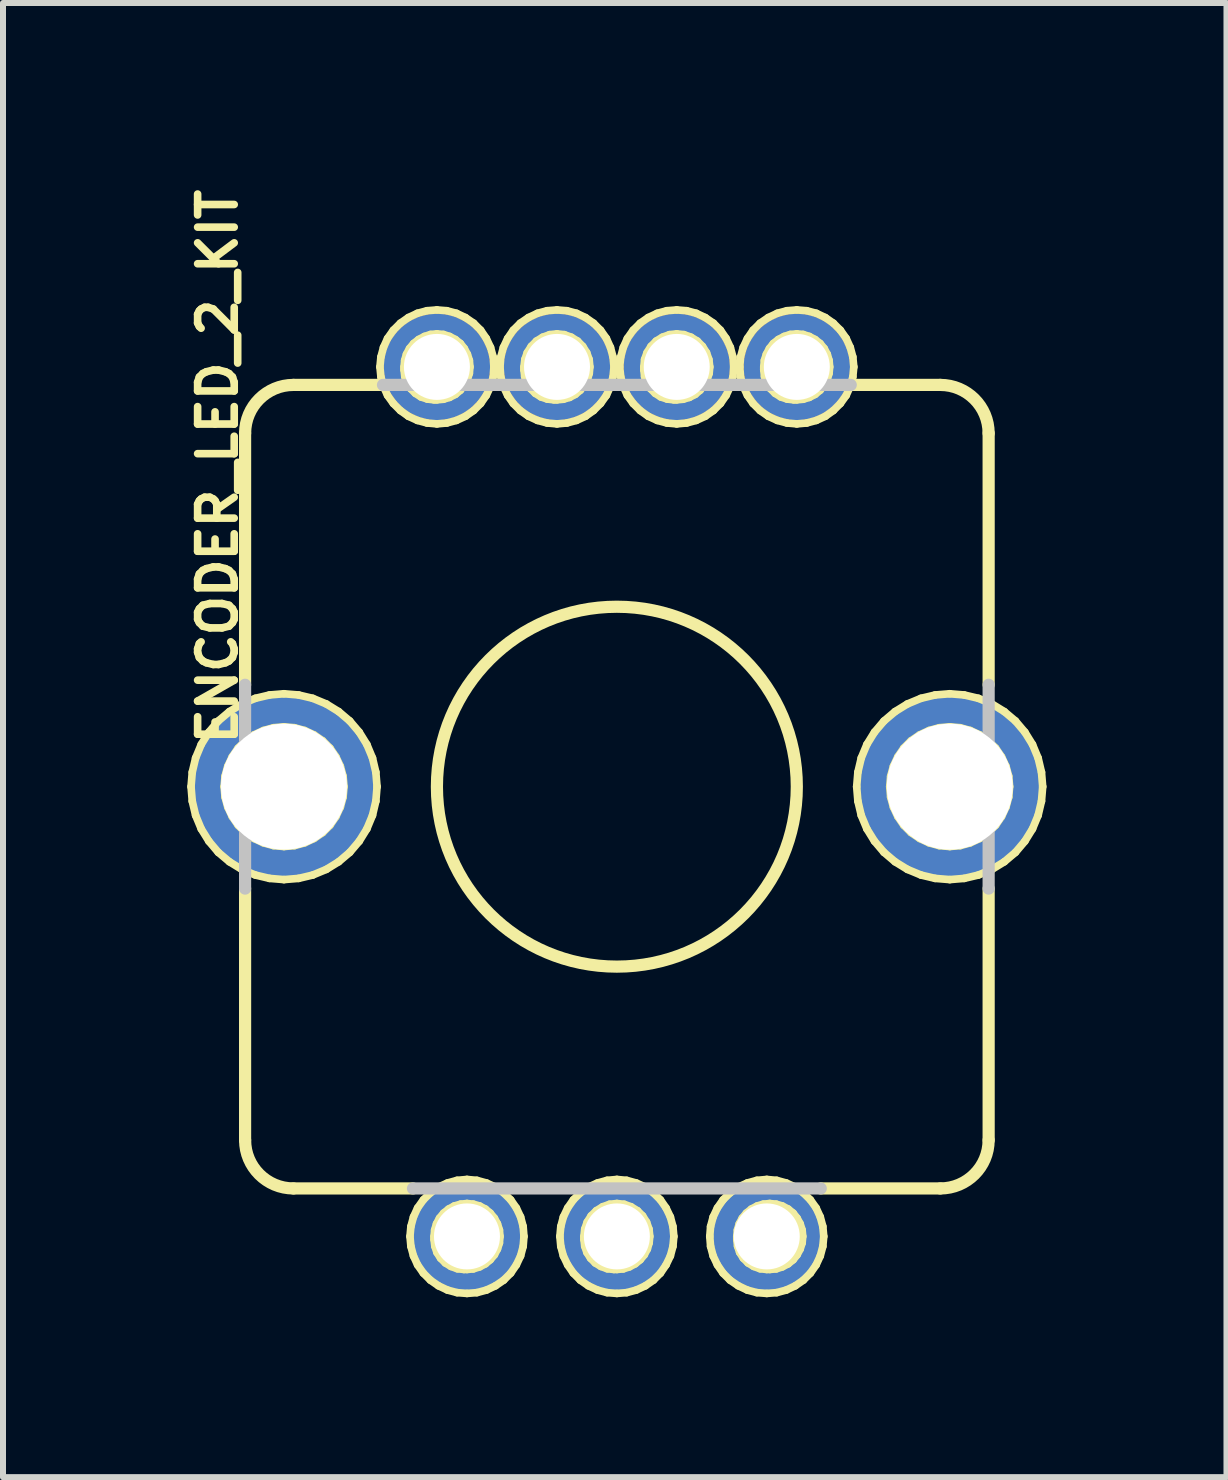
<source format=kicad_pcb>
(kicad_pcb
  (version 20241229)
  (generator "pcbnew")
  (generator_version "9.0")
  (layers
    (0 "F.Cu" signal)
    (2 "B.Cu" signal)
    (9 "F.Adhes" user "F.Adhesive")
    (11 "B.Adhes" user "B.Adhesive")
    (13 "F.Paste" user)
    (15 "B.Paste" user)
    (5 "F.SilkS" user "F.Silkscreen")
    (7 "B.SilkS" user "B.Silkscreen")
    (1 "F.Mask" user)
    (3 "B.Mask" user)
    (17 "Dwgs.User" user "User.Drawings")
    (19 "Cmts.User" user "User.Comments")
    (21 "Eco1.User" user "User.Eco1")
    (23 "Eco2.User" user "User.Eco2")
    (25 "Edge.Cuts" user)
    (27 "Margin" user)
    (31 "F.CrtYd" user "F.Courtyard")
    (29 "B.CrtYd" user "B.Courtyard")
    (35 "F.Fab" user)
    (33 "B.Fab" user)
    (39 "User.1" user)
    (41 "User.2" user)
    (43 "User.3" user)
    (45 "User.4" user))
  (footprint "ENCODER_LED_2_KIT"
    (layer "F.Cu")
    (at 7.234 10.065)
    (property "Reference" "ENCODER_LED_2_KIT" (at -6.655 -5.334 90) (layer "F.SilkS") (effects (font (size 0.61 0.61) (thickness 0.127))))
    (attr exclude_from_pos_files exclude_from_bom)
    (fp_line (start -7.099 0) (end -7.079 -0.241) (stroke (width 0.127) (type solid)) (layer "F.SilkS"))
    (fp_line (start -7.079 -0.241) (end -7.023 -0.478) (stroke (width 0.127) (type solid)) (layer "F.SilkS"))
    (fp_line (start -7.079 0.241) (end -7.099 0) (stroke (width 0.127) (type solid)) (layer "F.SilkS"))
    (fp_line (start -7.023 -0.478) (end -6.929 -0.704) (stroke (width 0.127) (type solid)) (layer "F.SilkS"))
    (fp_line (start -7.023 0.478) (end -7.079 0.241) (stroke (width 0.127) (type solid)) (layer "F.SilkS"))
    (fp_line (start -6.929 -0.704) (end -6.802 -0.909) (stroke (width 0.127) (type solid)) (layer "F.SilkS"))
    (fp_line (start -6.929 0.704) (end -7.023 0.478) (stroke (width 0.127) (type solid)) (layer "F.SilkS"))
    (fp_line (start -6.802 -0.909) (end -6.645 -1.095) (stroke (width 0.127) (type solid)) (layer "F.SilkS"))
    (fp_line (start -6.802 0.909) (end -6.929 0.704) (stroke (width 0.127) (type solid)) (layer "F.SilkS"))
    (fp_line (start -6.645 -1.095) (end -6.459 -1.252) (stroke (width 0.127) (type solid)) (layer "F.SilkS"))
    (fp_line (start -6.645 1.095) (end -6.802 0.909) (stroke (width 0.127) (type solid)) (layer "F.SilkS"))
    (fp_line (start -6.548 0) (end -6.533 0.173) (stroke (width 0.127) (type solid)) (layer "F.SilkS"))
    (fp_line (start -6.533 -0.173) (end -6.548 0) (stroke (width 0.127) (type solid)) (layer "F.SilkS"))
    (fp_line (start -6.533 0.173) (end -6.487 0.34) (stroke (width 0.127) (type solid)) (layer "F.SilkS"))
    (fp_line (start -6.487 -0.34) (end -6.533 -0.173) (stroke (width 0.127) (type solid)) (layer "F.SilkS"))
    (fp_line (start -6.487 0.34) (end -6.413 0.498) (stroke (width 0.127) (type solid)) (layer "F.SilkS"))
    (fp_line (start -6.459 -1.252) (end -6.253 -1.379) (stroke (width 0.127) (type solid)) (layer "F.SilkS"))
    (fp_line (start -6.459 1.252) (end -6.645 1.095) (stroke (width 0.127) (type solid)) (layer "F.SilkS"))
    (fp_line (start -6.413 -0.498) (end -6.487 -0.34) (stroke (width 0.127) (type solid)) (layer "F.SilkS"))
    (fp_line (start -6.413 0.498) (end -6.314 0.643) (stroke (width 0.127) (type solid)) (layer "F.SilkS"))
    (fp_line (start -6.314 -0.643) (end -6.413 -0.498) (stroke (width 0.127) (type solid)) (layer "F.SilkS"))
    (fp_line (start -6.314 0.643) (end -6.193 0.765) (stroke (width 0.127) (type solid)) (layer "F.SilkS"))
    (fp_line (start -6.253 -1.379) (end -6.027 -1.473) (stroke (width 0.127) (type solid)) (layer "F.SilkS"))
    (fp_line (start -6.253 1.379) (end -6.459 1.252) (stroke (width 0.127) (type solid)) (layer "F.SilkS"))
    (fp_line (start -6.198 -1.699) (end -6.198 -5.893) (stroke (width 0.203) (type solid)) (layer "F.SilkS"))
    (fp_line (start -6.198 1.699) (end -6.198 5.893) (stroke (width 0.203) (type solid)) (layer "F.SilkS"))
    (fp_line (start -6.193 -0.765) (end -6.314 -0.643) (stroke (width 0.127) (type solid)) (layer "F.SilkS"))
    (fp_line (start -6.193 0.765) (end -6.048 0.864) (stroke (width 0.127) (type solid)) (layer "F.SilkS"))
    (fp_line (start -6.048 -0.864) (end -6.193 -0.765) (stroke (width 0.127) (type solid)) (layer "F.SilkS"))
    (fp_line (start -6.048 0.864) (end -5.89 0.937) (stroke (width 0.127) (type solid)) (layer "F.SilkS"))
    (fp_line (start -6.027 -1.473) (end -5.791 -1.529) (stroke (width 0.127) (type solid)) (layer "F.SilkS"))
    (fp_line (start -6.027 1.473) (end -6.253 1.379) (stroke (width 0.127) (type solid)) (layer "F.SilkS"))
    (fp_line (start -5.89 -0.937) (end -6.048 -0.864) (stroke (width 0.127) (type solid)) (layer "F.SilkS"))
    (fp_line (start -5.89 0.937) (end -5.723 0.983) (stroke (width 0.127) (type solid)) (layer "F.SilkS"))
    (fp_line (start -5.791 -1.529) (end -5.55 -1.549) (stroke (width 0.127) (type solid)) (layer "F.SilkS"))
    (fp_line (start -5.791 1.529) (end -6.027 1.473) (stroke (width 0.127) (type solid)) (layer "F.SilkS"))
    (fp_line (start -5.723 -0.983) (end -5.89 -0.937) (stroke (width 0.127) (type solid)) (layer "F.SilkS"))
    (fp_line (start -5.723 0.983) (end -5.55 0.998) (stroke (width 0.127) (type solid)) (layer "F.SilkS"))
    (fp_line (start -5.55 -1.549) (end -5.306 -1.529) (stroke (width 0.127) (type solid)) (layer "F.SilkS"))
    (fp_line (start -5.55 -0.998) (end -5.723 -0.983) (stroke (width 0.127) (type solid)) (layer "F.SilkS"))
    (fp_line (start -5.55 0.998) (end -5.375 0.983) (stroke (width 0.127) (type solid)) (layer "F.SilkS"))
    (fp_line (start -5.55 1.549) (end -5.791 1.529) (stroke (width 0.127) (type solid)) (layer "F.SilkS"))
    (fp_line (start -5.392 -6.698) (end -3.899 -6.698) (stroke (width 0.203) (type solid)) (layer "F.SilkS"))
    (fp_line (start -5.392 6.698) (end -3.399 6.698) (stroke (width 0.203) (type solid)) (layer "F.SilkS"))
    (fp_line (start -5.375 -0.983) (end -5.55 -0.998) (stroke (width 0.127) (type solid)) (layer "F.SilkS"))
    (fp_line (start -5.375 0.983) (end -5.207 0.937) (stroke (width 0.127) (type solid)) (layer "F.SilkS"))
    (fp_line (start -5.306 -1.529) (end -5.07 -1.473) (stroke (width 0.127) (type solid)) (layer "F.SilkS"))
    (fp_line (start -5.306 1.529) (end -5.55 1.549) (stroke (width 0.127) (type solid)) (layer "F.SilkS"))
    (fp_line (start -5.207 -0.937) (end -5.375 -0.983) (stroke (width 0.127) (type solid)) (layer "F.SilkS"))
    (fp_line (start -5.207 0.937) (end -5.05 0.864) (stroke (width 0.127) (type solid)) (layer "F.SilkS"))
    (fp_line (start -5.07 -1.473) (end -4.844 -1.379) (stroke (width 0.127) (type solid)) (layer "F.SilkS"))
    (fp_line (start -5.07 1.473) (end -5.306 1.529) (stroke (width 0.127) (type solid)) (layer "F.SilkS"))
    (fp_line (start -5.05 -0.864) (end -5.207 -0.937) (stroke (width 0.127) (type solid)) (layer "F.SilkS"))
    (fp_line (start -5.05 0.864) (end -4.905 0.765) (stroke (width 0.127) (type solid)) (layer "F.SilkS"))
    (fp_line (start -4.905 -0.765) (end -5.05 -0.864) (stroke (width 0.127) (type solid)) (layer "F.SilkS"))
    (fp_line (start -4.905 0.765) (end -4.783 0.643) (stroke (width 0.127) (type solid)) (layer "F.SilkS"))
    (fp_line (start -4.844 -1.379) (end -4.638 -1.252) (stroke (width 0.127) (type solid)) (layer "F.SilkS"))
    (fp_line (start -4.844 1.379) (end -5.07 1.473) (stroke (width 0.127) (type solid)) (layer "F.SilkS"))
    (fp_line (start -4.783 -0.643) (end -4.905 -0.765) (stroke (width 0.127) (type solid)) (layer "F.SilkS"))
    (fp_line (start -4.783 0.643) (end -4.684 0.498) (stroke (width 0.127) (type solid)) (layer "F.SilkS"))
    (fp_line (start -4.684 -0.498) (end -4.783 -0.643) (stroke (width 0.127) (type solid)) (layer "F.SilkS"))
    (fp_line (start -4.684 0.498) (end -4.61 0.34) (stroke (width 0.127) (type solid)) (layer "F.SilkS"))
    (fp_line (start -4.638 -1.252) (end -4.453 -1.095) (stroke (width 0.127) (type solid)) (layer "F.SilkS"))
    (fp_line (start -4.638 1.252) (end -4.844 1.379) (stroke (width 0.127) (type solid)) (layer "F.SilkS"))
    (fp_line (start -4.61 -0.34) (end -4.684 -0.498) (stroke (width 0.127) (type solid)) (layer "F.SilkS"))
    (fp_line (start -4.61 0.34) (end -4.564 0.173) (stroke (width 0.127) (type solid)) (layer "F.SilkS"))
    (fp_line (start -4.564 -0.173) (end -4.61 -0.34) (stroke (width 0.127) (type solid)) (layer "F.SilkS"))
    (fp_line (start -4.564 0.173) (end -4.549 0) (stroke (width 0.127) (type solid)) (layer "F.SilkS"))
    (fp_line (start -4.549 0) (end -4.564 -0.173) (stroke (width 0.127) (type solid)) (layer "F.SilkS"))
    (fp_line (start -4.453 -1.095) (end -4.295 -0.909) (stroke (width 0.127) (type solid)) (layer "F.SilkS"))
    (fp_line (start -4.453 1.095) (end -4.638 1.252) (stroke (width 0.127) (type solid)) (layer "F.SilkS"))
    (fp_line (start -4.295 -0.909) (end -4.168 -0.704) (stroke (width 0.127) (type solid)) (layer "F.SilkS"))
    (fp_line (start -4.295 0.909) (end -4.453 1.095) (stroke (width 0.127) (type solid)) (layer "F.SilkS"))
    (fp_line (start -4.168 -0.704) (end -4.074 -0.478) (stroke (width 0.127) (type solid)) (layer "F.SilkS"))
    (fp_line (start -4.168 0.704) (end -4.295 0.909) (stroke (width 0.127) (type solid)) (layer "F.SilkS"))
    (fp_line (start -4.074 -0.478) (end -4.018 -0.241) (stroke (width 0.127) (type solid)) (layer "F.SilkS"))
    (fp_line (start -4.074 0.478) (end -4.168 0.704) (stroke (width 0.127) (type solid)) (layer "F.SilkS"))
    (fp_line (start -4.018 -0.241) (end -3.998 0) (stroke (width 0.127) (type solid)) (layer "F.SilkS"))
    (fp_line (start -4.018 0.241) (end -4.074 0.478) (stroke (width 0.127) (type solid)) (layer "F.SilkS"))
    (fp_line (start -3.998 0) (end -4.018 0.241) (stroke (width 0.127) (type solid)) (layer "F.SilkS"))
    (fp_line (start -3.95 -6.998) (end -3.934 -6.833) (stroke (width 0.127) (type solid)) (layer "F.SilkS"))
    (fp_line (start -3.934 -7.163) (end -3.95 -6.998) (stroke (width 0.127) (type solid)) (layer "F.SilkS"))
    (fp_line (start -3.934 -6.833) (end -3.891 -6.673) (stroke (width 0.127) (type solid)) (layer "F.SilkS"))
    (fp_line (start -3.891 -7.323) (end -3.934 -7.163) (stroke (width 0.127) (type solid)) (layer "F.SilkS"))
    (fp_line (start -3.891 -6.673) (end -3.823 -6.523) (stroke (width 0.127) (type solid)) (layer "F.SilkS"))
    (fp_line (start -3.823 -7.473) (end -3.891 -7.323) (stroke (width 0.127) (type solid)) (layer "F.SilkS"))
    (fp_line (start -3.823 -6.523) (end -3.726 -6.388) (stroke (width 0.127) (type solid)) (layer "F.SilkS"))
    (fp_line (start -3.726 -7.61) (end -3.823 -7.473) (stroke (width 0.127) (type solid)) (layer "F.SilkS"))
    (fp_line (start -3.726 -6.388) (end -3.609 -6.271) (stroke (width 0.127) (type solid)) (layer "F.SilkS"))
    (fp_line (start -3.609 -7.727) (end -3.726 -7.61) (stroke (width 0.127) (type solid)) (layer "F.SilkS"))
    (fp_line (start -3.609 -6.271) (end -3.475 -6.175) (stroke (width 0.127) (type solid)) (layer "F.SilkS"))
    (fp_line (start -3.548 -6.998) (end -3.548 -6.949) (stroke (width 0.127) (type solid)) (layer "F.SilkS"))
    (fp_line (start -3.548 -6.949) (end -3.536 -6.838) (stroke (width 0.127) (type solid)) (layer "F.SilkS"))
    (fp_line (start -3.538 -7.107) (end -3.548 -6.998) (stroke (width 0.127) (type solid)) (layer "F.SilkS"))
    (fp_line (start -3.536 -6.838) (end -3.5 -6.731) (stroke (width 0.127) (type solid)) (layer "F.SilkS"))
    (fp_line (start -3.508 -7.209) (end -3.538 -7.107) (stroke (width 0.127) (type solid)) (layer "F.SilkS"))
    (fp_line (start -3.5 -6.731) (end -3.439 -6.637) (stroke (width 0.127) (type solid)) (layer "F.SilkS"))
    (fp_line (start -3.475 -7.821) (end -3.609 -7.727) (stroke (width 0.127) (type solid)) (layer "F.SilkS"))
    (fp_line (start -3.475 -6.175) (end -3.325 -6.106) (stroke (width 0.127) (type solid)) (layer "F.SilkS"))
    (fp_line (start -3.457 -7.305) (end -3.508 -7.209) (stroke (width 0.127) (type solid)) (layer "F.SilkS"))
    (fp_line (start -3.449 7.498) (end -3.434 7.663) (stroke (width 0.127) (type solid)) (layer "F.SilkS"))
    (fp_line (start -3.439 -6.637) (end -3.36 -6.558) (stroke (width 0.127) (type solid)) (layer "F.SilkS"))
    (fp_line (start -3.434 7.333) (end -3.449 7.498) (stroke (width 0.127) (type solid)) (layer "F.SilkS"))
    (fp_line (start -3.434 7.663) (end -3.391 7.823) (stroke (width 0.127) (type solid)) (layer "F.SilkS"))
    (fp_line (start -3.391 7.173) (end -3.434 7.333) (stroke (width 0.127) (type solid)) (layer "F.SilkS"))
    (fp_line (start -3.391 7.823) (end -3.322 7.973) (stroke (width 0.127) (type solid)) (layer "F.SilkS"))
    (fp_line (start -3.388 -7.389) (end -3.457 -7.305) (stroke (width 0.127) (type solid)) (layer "F.SilkS"))
    (fp_line (start -3.36 -6.558) (end -3.266 -6.497) (stroke (width 0.127) (type solid)) (layer "F.SilkS"))
    (fp_line (start -3.325 -7.892) (end -3.475 -7.821) (stroke (width 0.127) (type solid)) (layer "F.SilkS"))
    (fp_line (start -3.325 -6.106) (end -3.165 -6.063) (stroke (width 0.127) (type solid)) (layer "F.SilkS"))
    (fp_line (start -3.322 7.023) (end -3.391 7.173) (stroke (width 0.127) (type solid)) (layer "F.SilkS"))
    (fp_line (start -3.322 7.973) (end -3.226 8.11) (stroke (width 0.127) (type solid)) (layer "F.SilkS"))
    (fp_line (start -3.305 -7.455) (end -3.388 -7.389) (stroke (width 0.127) (type solid)) (layer "F.SilkS"))
    (fp_line (start -3.266 -6.497) (end -3.16 -6.462) (stroke (width 0.127) (type solid)) (layer "F.SilkS"))
    (fp_line (start -3.226 6.888) (end -3.322 7.023) (stroke (width 0.127) (type solid)) (layer "F.SilkS"))
    (fp_line (start -3.226 8.11) (end -3.109 8.227) (stroke (width 0.127) (type solid)) (layer "F.SilkS"))
    (fp_line (start -3.208 -7.506) (end -3.305 -7.455) (stroke (width 0.127) (type solid)) (layer "F.SilkS"))
    (fp_line (start -3.165 -7.935) (end -3.325 -7.892) (stroke (width 0.127) (type solid)) (layer "F.SilkS"))
    (fp_line (start -3.165 -6.063) (end -3 -6.048) (stroke (width 0.127) (type solid)) (layer "F.SilkS"))
    (fp_line (start -3.16 -6.462) (end -3.048 -6.449) (stroke (width 0.127) (type solid)) (layer "F.SilkS"))
    (fp_line (start -3.109 6.772) (end -3.226 6.888) (stroke (width 0.127) (type solid)) (layer "F.SilkS"))
    (fp_line (start -3.109 8.227) (end -2.974 8.321) (stroke (width 0.127) (type solid)) (layer "F.SilkS"))
    (fp_line (start -3.106 -7.539) (end -3.208 -7.506) (stroke (width 0.127) (type solid)) (layer "F.SilkS"))
    (fp_line (start -3.048 -6.449) (end -3 -6.449) (stroke (width 0.127) (type solid)) (layer "F.SilkS"))
    (fp_line (start -3.048 7.498) (end -3.048 7.549) (stroke (width 0.127) (type solid)) (layer "F.SilkS"))
    (fp_line (start -3.048 7.549) (end -3.035 7.661) (stroke (width 0.127) (type solid)) (layer "F.SilkS"))
    (fp_line (start -3.038 7.391) (end -3.048 7.498) (stroke (width 0.127) (type solid)) (layer "F.SilkS"))
    (fp_line (start -3.035 7.661) (end -3 7.765) (stroke (width 0.127) (type solid)) (layer "F.SilkS"))
    (fp_line (start -3.007 7.287) (end -3.038 7.391) (stroke (width 0.127) (type solid)) (layer "F.SilkS"))
    (fp_line (start -3 -7.948) (end -3.165 -7.935) (stroke (width 0.127) (type solid)) (layer "F.SilkS"))
    (fp_line (start -3 -7.549) (end -3.106 -7.539) (stroke (width 0.127) (type solid)) (layer "F.SilkS"))
    (fp_line (start -3 -6.449) (end -2.891 -6.459) (stroke (width 0.127) (type solid)) (layer "F.SilkS"))
    (fp_line (start -3 -6.048) (end -2.835 -6.063) (stroke (width 0.127) (type solid)) (layer "F.SilkS"))
    (fp_line (start -3 7.765) (end -2.939 7.861) (stroke (width 0.127) (type solid)) (layer "F.SilkS"))
    (fp_line (start -2.974 6.675) (end -3.109 6.772) (stroke (width 0.127) (type solid)) (layer "F.SilkS"))
    (fp_line (start -2.974 8.321) (end -2.824 8.392) (stroke (width 0.127) (type solid)) (layer "F.SilkS"))
    (fp_line (start -2.957 7.193) (end -3.007 7.287) (stroke (width 0.127) (type solid)) (layer "F.SilkS"))
    (fp_line (start -2.939 7.861) (end -2.86 7.94) (stroke (width 0.127) (type solid)) (layer "F.SilkS"))
    (fp_line (start -2.891 -7.539) (end -3 -7.549) (stroke (width 0.127) (type solid)) (layer "F.SilkS"))
    (fp_line (start -2.891 -6.459) (end -2.789 -6.49) (stroke (width 0.127) (type solid)) (layer "F.SilkS"))
    (fp_line (start -2.888 7.109) (end -2.957 7.193) (stroke (width 0.127) (type solid)) (layer "F.SilkS"))
    (fp_line (start -2.86 7.94) (end -2.766 7.998) (stroke (width 0.127) (type solid)) (layer "F.SilkS"))
    (fp_line (start -2.835 -7.935) (end -3 -7.948) (stroke (width 0.127) (type solid)) (layer "F.SilkS"))
    (fp_line (start -2.835 -6.063) (end -2.675 -6.106) (stroke (width 0.127) (type solid)) (layer "F.SilkS"))
    (fp_line (start -2.824 6.607) (end -2.974 6.675) (stroke (width 0.127) (type solid)) (layer "F.SilkS"))
    (fp_line (start -2.824 8.392) (end -2.664 8.435) (stroke (width 0.127) (type solid)) (layer "F.SilkS"))
    (fp_line (start -2.804 7.041) (end -2.888 7.109) (stroke (width 0.127) (type solid)) (layer "F.SilkS"))
    (fp_line (start -2.789 -7.506) (end -2.891 -7.539) (stroke (width 0.127) (type solid)) (layer "F.SilkS"))
    (fp_line (start -2.789 -6.49) (end -2.692 -6.54) (stroke (width 0.127) (type solid)) (layer "F.SilkS"))
    (fp_line (start -2.766 7.998) (end -2.659 8.037) (stroke (width 0.127) (type solid)) (layer "F.SilkS"))
    (fp_line (start -2.71 6.99) (end -2.804 7.041) (stroke (width 0.127) (type solid)) (layer "F.SilkS"))
    (fp_line (start -2.692 -7.455) (end -2.789 -7.506) (stroke (width 0.127) (type solid)) (layer "F.SilkS"))
    (fp_line (start -2.692 -6.54) (end -2.609 -6.609) (stroke (width 0.127) (type solid)) (layer "F.SilkS"))
    (fp_line (start -2.675 -7.892) (end -2.835 -7.935) (stroke (width 0.127) (type solid)) (layer "F.SilkS"))
    (fp_line (start -2.675 -6.106) (end -2.525 -6.175) (stroke (width 0.127) (type solid)) (layer "F.SilkS"))
    (fp_line (start -2.664 6.563) (end -2.824 6.607) (stroke (width 0.127) (type solid)) (layer "F.SilkS"))
    (fp_line (start -2.664 8.435) (end -2.499 8.448) (stroke (width 0.127) (type solid)) (layer "F.SilkS"))
    (fp_line (start -2.659 8.037) (end -2.548 8.049) (stroke (width 0.127) (type solid)) (layer "F.SilkS"))
    (fp_line (start -2.609 -7.389) (end -2.692 -7.455) (stroke (width 0.127) (type solid)) (layer "F.SilkS"))
    (fp_line (start -2.609 -6.609) (end -2.543 -6.693) (stroke (width 0.127) (type solid)) (layer "F.SilkS"))
    (fp_line (start -2.606 6.96) (end -2.71 6.99) (stroke (width 0.127) (type solid)) (layer "F.SilkS"))
    (fp_line (start -2.548 8.049) (end -2.499 8.049) (stroke (width 0.127) (type solid)) (layer "F.SilkS"))
    (fp_line (start -2.543 -7.305) (end -2.609 -7.389) (stroke (width 0.127) (type solid)) (layer "F.SilkS"))
    (fp_line (start -2.543 -6.693) (end -2.492 -6.789) (stroke (width 0.127) (type solid)) (layer "F.SilkS"))
    (fp_line (start -2.525 -7.821) (end -2.675 -7.892) (stroke (width 0.127) (type solid)) (layer "F.SilkS"))
    (fp_line (start -2.525 -6.175) (end -2.388 -6.271) (stroke (width 0.127) (type solid)) (layer "F.SilkS"))
    (fp_line (start -2.499 6.548) (end -2.664 6.563) (stroke (width 0.127) (type solid)) (layer "F.SilkS"))
    (fp_line (start -2.499 6.949) (end -2.606 6.96) (stroke (width 0.127) (type solid)) (layer "F.SilkS"))
    (fp_line (start -2.499 8.049) (end -2.393 8.039) (stroke (width 0.127) (type solid)) (layer "F.SilkS"))
    (fp_line (start -2.499 8.448) (end -2.334 8.435) (stroke (width 0.127) (type solid)) (layer "F.SilkS"))
    (fp_line (start -2.492 -7.209) (end -2.543 -7.305) (stroke (width 0.127) (type solid)) (layer "F.SilkS"))
    (fp_line (start -2.492 -6.789) (end -2.459 -6.891) (stroke (width 0.127) (type solid)) (layer "F.SilkS"))
    (fp_line (start -2.459 -7.107) (end -2.492 -7.209) (stroke (width 0.127) (type solid)) (layer "F.SilkS"))
    (fp_line (start -2.459 -6.891) (end -2.449 -6.998) (stroke (width 0.127) (type solid)) (layer "F.SilkS"))
    (fp_line (start -2.449 -6.998) (end -2.459 -7.107) (stroke (width 0.127) (type solid)) (layer "F.SilkS"))
    (fp_line (start -2.393 6.96) (end -2.499 6.949) (stroke (width 0.127) (type solid)) (layer "F.SilkS"))
    (fp_line (start -2.393 8.039) (end -2.289 8.006) (stroke (width 0.127) (type solid)) (layer "F.SilkS"))
    (fp_line (start -2.388 -7.727) (end -2.525 -7.821) (stroke (width 0.127) (type solid)) (layer "F.SilkS"))
    (fp_line (start -2.388 -6.271) (end -2.271 -6.388) (stroke (width 0.127) (type solid)) (layer "F.SilkS"))
    (fp_line (start -2.334 6.563) (end -2.499 6.548) (stroke (width 0.127) (type solid)) (layer "F.SilkS"))
    (fp_line (start -2.334 8.435) (end -2.174 8.392) (stroke (width 0.127) (type solid)) (layer "F.SilkS"))
    (fp_line (start -2.289 6.99) (end -2.393 6.96) (stroke (width 0.127) (type solid)) (layer "F.SilkS"))
    (fp_line (start -2.289 8.006) (end -2.192 7.955) (stroke (width 0.127) (type solid)) (layer "F.SilkS"))
    (fp_line (start -2.271 -7.61) (end -2.388 -7.727) (stroke (width 0.127) (type solid)) (layer "F.SilkS"))
    (fp_line (start -2.271 -6.388) (end -2.177 -6.523) (stroke (width 0.127) (type solid)) (layer "F.SilkS"))
    (fp_line (start -2.192 7.041) (end -2.289 6.99) (stroke (width 0.127) (type solid)) (layer "F.SilkS"))
    (fp_line (start -2.192 7.955) (end -2.111 7.887) (stroke (width 0.127) (type solid)) (layer "F.SilkS"))
    (fp_line (start -2.177 -7.473) (end -2.271 -7.61) (stroke (width 0.127) (type solid)) (layer "F.SilkS"))
    (fp_line (start -2.177 -6.523) (end -2.106 -6.673) (stroke (width 0.127) (type solid)) (layer "F.SilkS"))
    (fp_line (start -2.174 6.607) (end -2.334 6.563) (stroke (width 0.127) (type solid)) (layer "F.SilkS"))
    (fp_line (start -2.174 8.392) (end -2.024 8.321) (stroke (width 0.127) (type solid)) (layer "F.SilkS"))
    (fp_line (start -2.111 7.109) (end -2.192 7.041) (stroke (width 0.127) (type solid)) (layer "F.SilkS"))
    (fp_line (start -2.111 7.887) (end -2.042 7.805) (stroke (width 0.127) (type solid)) (layer "F.SilkS"))
    (fp_line (start -2.106 -7.323) (end -2.177 -7.473) (stroke (width 0.127) (type solid)) (layer "F.SilkS"))
    (fp_line (start -2.106 -6.673) (end -2.062 -6.833) (stroke (width 0.127) (type solid)) (layer "F.SilkS"))
    (fp_line (start -2.062 -7.163) (end -2.106 -7.323) (stroke (width 0.127) (type solid)) (layer "F.SilkS"))
    (fp_line (start -2.062 -6.833) (end -2.05 -6.998) (stroke (width 0.127) (type solid)) (layer "F.SilkS"))
    (fp_line (start -2.05 -6.998) (end -2.062 -7.163) (stroke (width 0.127) (type solid)) (layer "F.SilkS"))
    (fp_line (start -2.042 7.193) (end -2.111 7.109) (stroke (width 0.127) (type solid)) (layer "F.SilkS"))
    (fp_line (start -2.042 7.805) (end -1.991 7.709) (stroke (width 0.127) (type solid)) (layer "F.SilkS"))
    (fp_line (start -2.024 6.675) (end -2.174 6.607) (stroke (width 0.127) (type solid)) (layer "F.SilkS"))
    (fp_line (start -2.024 8.321) (end -1.887 8.227) (stroke (width 0.127) (type solid)) (layer "F.SilkS"))
    (fp_line (start -1.991 7.287) (end -2.042 7.193) (stroke (width 0.127) (type solid)) (layer "F.SilkS"))
    (fp_line (start -1.991 7.709) (end -1.958 7.607) (stroke (width 0.127) (type solid)) (layer "F.SilkS"))
    (fp_line (start -1.958 7.391) (end -1.991 7.287) (stroke (width 0.127) (type solid)) (layer "F.SilkS"))
    (fp_line (start -1.958 7.607) (end -1.948 7.498) (stroke (width 0.127) (type solid)) (layer "F.SilkS"))
    (fp_line (start -1.948 -6.998) (end -1.935 -6.833) (stroke (width 0.127) (type solid)) (layer "F.SilkS"))
    (fp_line (start -1.948 7.498) (end -1.958 7.391) (stroke (width 0.127) (type solid)) (layer "F.SilkS"))
    (fp_line (start -1.935 -7.163) (end -1.948 -6.998) (stroke (width 0.127) (type solid)) (layer "F.SilkS"))
    (fp_line (start -1.935 -6.833) (end -1.892 -6.673) (stroke (width 0.127) (type solid)) (layer "F.SilkS"))
    (fp_line (start -1.892 -7.323) (end -1.935 -7.163) (stroke (width 0.127) (type solid)) (layer "F.SilkS"))
    (fp_line (start -1.892 -6.673) (end -1.821 -6.523) (stroke (width 0.127) (type solid)) (layer "F.SilkS"))
    (fp_line (start -1.887 6.772) (end -2.024 6.675) (stroke (width 0.127) (type solid)) (layer "F.SilkS"))
    (fp_line (start -1.887 8.227) (end -1.77 8.11) (stroke (width 0.127) (type solid)) (layer "F.SilkS"))
    (fp_line (start -1.821 -7.473) (end -1.892 -7.323) (stroke (width 0.127) (type solid)) (layer "F.SilkS"))
    (fp_line (start -1.821 -6.523) (end -1.727 -6.388) (stroke (width 0.127) (type solid)) (layer "F.SilkS"))
    (fp_line (start -1.77 6.888) (end -1.887 6.772) (stroke (width 0.127) (type solid)) (layer "F.SilkS"))
    (fp_line (start -1.77 8.11) (end -1.676 7.973) (stroke (width 0.127) (type solid)) (layer "F.SilkS"))
    (fp_line (start -1.727 -7.61) (end -1.821 -7.473) (stroke (width 0.127) (type solid)) (layer "F.SilkS"))
    (fp_line (start -1.727 -6.388) (end -1.61 -6.271) (stroke (width 0.127) (type solid)) (layer "F.SilkS"))
    (fp_line (start -1.676 7.023) (end -1.77 6.888) (stroke (width 0.127) (type solid)) (layer "F.SilkS"))
    (fp_line (start -1.676 7.973) (end -1.605 7.823) (stroke (width 0.127) (type solid)) (layer "F.SilkS"))
    (fp_line (start -1.61 -7.727) (end -1.727 -7.61) (stroke (width 0.127) (type solid)) (layer "F.SilkS"))
    (fp_line (start -1.61 -6.271) (end -1.473 -6.175) (stroke (width 0.127) (type solid)) (layer "F.SilkS"))
    (fp_line (start -1.605 7.173) (end -1.676 7.023) (stroke (width 0.127) (type solid)) (layer "F.SilkS"))
    (fp_line (start -1.605 7.823) (end -1.562 7.663) (stroke (width 0.127) (type solid)) (layer "F.SilkS"))
    (fp_line (start -1.562 7.333) (end -1.605 7.173) (stroke (width 0.127) (type solid)) (layer "F.SilkS"))
    (fp_line (start -1.562 7.663) (end -1.549 7.498) (stroke (width 0.127) (type solid)) (layer "F.SilkS"))
    (fp_line (start -1.549 -6.998) (end -1.549 -6.949) (stroke (width 0.127) (type solid)) (layer "F.SilkS"))
    (fp_line (start -1.549 -6.949) (end -1.537 -6.838) (stroke (width 0.127) (type solid)) (layer "F.SilkS"))
    (fp_line (start -1.549 7.498) (end -1.562 7.333) (stroke (width 0.127) (type solid)) (layer "F.SilkS"))
    (fp_line (start -1.537 -6.838) (end -1.499 -6.731) (stroke (width 0.127) (type solid)) (layer "F.SilkS"))
    (fp_line (start -1.534 -7.122) (end -1.549 -6.998) (stroke (width 0.127) (type solid)) (layer "F.SilkS"))
    (fp_line (start -1.499 -6.731) (end -1.44 -6.637) (stroke (width 0.127) (type solid)) (layer "F.SilkS"))
    (fp_line (start -1.494 -7.236) (end -1.534 -7.122) (stroke (width 0.127) (type solid)) (layer "F.SilkS"))
    (fp_line (start -1.473 -7.821) (end -1.61 -7.727) (stroke (width 0.127) (type solid)) (layer "F.SilkS"))
    (fp_line (start -1.473 -6.175) (end -1.323 -6.106) (stroke (width 0.127) (type solid)) (layer "F.SilkS"))
    (fp_line (start -1.44 -6.637) (end -1.361 -6.558) (stroke (width 0.127) (type solid)) (layer "F.SilkS"))
    (fp_line (start -1.427 -7.341) (end -1.494 -7.236) (stroke (width 0.127) (type solid)) (layer "F.SilkS"))
    (fp_line (start -1.361 -6.558) (end -1.265 -6.497) (stroke (width 0.127) (type solid)) (layer "F.SilkS"))
    (fp_line (start -1.341 -7.429) (end -1.427 -7.341) (stroke (width 0.127) (type solid)) (layer "F.SilkS"))
    (fp_line (start -1.323 -7.892) (end -1.473 -7.821) (stroke (width 0.127) (type solid)) (layer "F.SilkS"))
    (fp_line (start -1.323 -6.106) (end -1.163 -6.063) (stroke (width 0.127) (type solid)) (layer "F.SilkS"))
    (fp_line (start -1.265 -6.497) (end -1.161 -6.462) (stroke (width 0.127) (type solid)) (layer "F.SilkS"))
    (fp_line (start -1.237 -7.493) (end -1.341 -7.429) (stroke (width 0.127) (type solid)) (layer "F.SilkS"))
    (fp_line (start -1.163 -7.935) (end -1.323 -7.892) (stroke (width 0.127) (type solid)) (layer "F.SilkS"))
    (fp_line (start -1.163 -6.063) (end -0.998 -6.048) (stroke (width 0.127) (type solid)) (layer "F.SilkS"))
    (fp_line (start -1.161 -6.462) (end -1.049 -6.449) (stroke (width 0.127) (type solid)) (layer "F.SilkS"))
    (fp_line (start -1.12 -7.536) (end -1.237 -7.493) (stroke (width 0.127) (type solid)) (layer "F.SilkS"))
    (fp_line (start -1.049 -6.449) (end -0.998 -6.449) (stroke (width 0.127) (type solid)) (layer "F.SilkS"))
    (fp_line (start -0.998 -7.948) (end -1.163 -7.935) (stroke (width 0.127) (type solid)) (layer "F.SilkS"))
    (fp_line (start -0.998 -7.549) (end -1.12 -7.536) (stroke (width 0.127) (type solid)) (layer "F.SilkS"))
    (fp_line (start -0.998 -6.449) (end -0.892 -6.459) (stroke (width 0.127) (type solid)) (layer "F.SilkS"))
    (fp_line (start -0.998 -6.048) (end -0.833 -6.063) (stroke (width 0.127) (type solid)) (layer "F.SilkS"))
    (fp_line (start -0.95 7.498) (end -0.935 7.663) (stroke (width 0.127) (type solid)) (layer "F.SilkS"))
    (fp_line (start -0.935 7.333) (end -0.95 7.498) (stroke (width 0.127) (type solid)) (layer "F.SilkS"))
    (fp_line (start -0.935 7.663) (end -0.892 7.823) (stroke (width 0.127) (type solid)) (layer "F.SilkS"))
    (fp_line (start -0.892 -6.459) (end -0.787 -6.49) (stroke (width 0.127) (type solid)) (layer "F.SilkS"))
    (fp_line (start -0.892 7.173) (end -0.935 7.333) (stroke (width 0.127) (type solid)) (layer "F.SilkS"))
    (fp_line (start -0.892 7.823) (end -0.82 7.973) (stroke (width 0.127) (type solid)) (layer "F.SilkS"))
    (fp_line (start -0.876 -7.536) (end -0.998 -7.549) (stroke (width 0.127) (type solid)) (layer "F.SilkS"))
    (fp_line (start -0.833 -7.935) (end -0.998 -7.948) (stroke (width 0.127) (type solid)) (layer "F.SilkS"))
    (fp_line (start -0.833 -6.063) (end -0.673 -6.106) (stroke (width 0.127) (type solid)) (layer "F.SilkS"))
    (fp_line (start -0.82 7.023) (end -0.892 7.173) (stroke (width 0.127) (type solid)) (layer "F.SilkS"))
    (fp_line (start -0.82 7.973) (end -0.726 8.11) (stroke (width 0.127) (type solid)) (layer "F.SilkS"))
    (fp_line (start -0.787 -6.49) (end -0.693 -6.54) (stroke (width 0.127) (type solid)) (layer "F.SilkS"))
    (fp_line (start -0.759 -7.493) (end -0.876 -7.536) (stroke (width 0.127) (type solid)) (layer "F.SilkS"))
    (fp_line (start -0.726 6.888) (end -0.82 7.023) (stroke (width 0.127) (type solid)) (layer "F.SilkS"))
    (fp_line (start -0.726 8.11) (end -0.61 8.227) (stroke (width 0.127) (type solid)) (layer "F.SilkS"))
    (fp_line (start -0.693 -6.54) (end -0.61 -6.609) (stroke (width 0.127) (type solid)) (layer "F.SilkS"))
    (fp_line (start -0.673 -7.892) (end -0.833 -7.935) (stroke (width 0.127) (type solid)) (layer "F.SilkS"))
    (fp_line (start -0.673 -6.106) (end -0.523 -6.175) (stroke (width 0.127) (type solid)) (layer "F.SilkS"))
    (fp_line (start -0.655 -7.429) (end -0.759 -7.493) (stroke (width 0.127) (type solid)) (layer "F.SilkS"))
    (fp_line (start -0.61 -6.609) (end -0.541 -6.693) (stroke (width 0.127) (type solid)) (layer "F.SilkS"))
    (fp_line (start -0.61 6.772) (end -0.726 6.888) (stroke (width 0.127) (type solid)) (layer "F.SilkS"))
    (fp_line (start -0.61 8.227) (end -0.475 8.321) (stroke (width 0.127) (type solid)) (layer "F.SilkS"))
    (fp_line (start -0.569 -7.341) (end -0.655 -7.429) (stroke (width 0.127) (type solid)) (layer "F.SilkS"))
    (fp_line (start -0.549 7.498) (end -0.549 7.549) (stroke (width 0.127) (type solid)) (layer "F.SilkS"))
    (fp_line (start -0.549 7.549) (end -0.536 7.661) (stroke (width 0.127) (type solid)) (layer "F.SilkS"))
    (fp_line (start -0.541 -6.693) (end -0.49 -6.789) (stroke (width 0.127) (type solid)) (layer "F.SilkS"))
    (fp_line (start -0.536 7.376) (end -0.549 7.498) (stroke (width 0.127) (type solid)) (layer "F.SilkS"))
    (fp_line (start -0.536 7.661) (end -0.5 7.765) (stroke (width 0.127) (type solid)) (layer "F.SilkS"))
    (fp_line (start -0.523 -7.821) (end -0.673 -7.892) (stroke (width 0.127) (type solid)) (layer "F.SilkS"))
    (fp_line (start -0.523 -6.175) (end -0.389 -6.271) (stroke (width 0.127) (type solid)) (layer "F.SilkS"))
    (fp_line (start -0.503 -7.236) (end -0.569 -7.341) (stroke (width 0.127) (type solid)) (layer "F.SilkS"))
    (fp_line (start -0.5 7.765) (end -0.439 7.861) (stroke (width 0.127) (type solid)) (layer "F.SilkS"))
    (fp_line (start -0.495 7.259) (end -0.536 7.376) (stroke (width 0.127) (type solid)) (layer "F.SilkS"))
    (fp_line (start -0.49 -6.789) (end -0.46 -6.891) (stroke (width 0.127) (type solid)) (layer "F.SilkS"))
    (fp_line (start -0.475 6.675) (end -0.61 6.772) (stroke (width 0.127) (type solid)) (layer "F.SilkS"))
    (fp_line (start -0.475 8.321) (end -0.323 8.392) (stroke (width 0.127) (type solid)) (layer "F.SilkS"))
    (fp_line (start -0.462 -7.122) (end -0.503 -7.236) (stroke (width 0.127) (type solid)) (layer "F.SilkS"))
    (fp_line (start -0.46 -6.891) (end -0.45 -6.998) (stroke (width 0.127) (type solid)) (layer "F.SilkS"))
    (fp_line (start -0.45 -6.998) (end -0.462 -7.122) (stroke (width 0.127) (type solid)) (layer "F.SilkS"))
    (fp_line (start -0.439 7.861) (end -0.361 7.94) (stroke (width 0.127) (type solid)) (layer "F.SilkS"))
    (fp_line (start -0.429 7.155) (end -0.495 7.259) (stroke (width 0.127) (type solid)) (layer "F.SilkS"))
    (fp_line (start -0.389 -7.727) (end -0.523 -7.821) (stroke (width 0.127) (type solid)) (layer "F.SilkS"))
    (fp_line (start -0.389 -6.271) (end -0.272 -6.388) (stroke (width 0.127) (type solid)) (layer "F.SilkS"))
    (fp_line (start -0.361 7.94) (end -0.267 7.998) (stroke (width 0.127) (type solid)) (layer "F.SilkS"))
    (fp_line (start -0.343 7.069) (end -0.429 7.155) (stroke (width 0.127) (type solid)) (layer "F.SilkS"))
    (fp_line (start -0.323 6.607) (end -0.475 6.675) (stroke (width 0.127) (type solid)) (layer "F.SilkS"))
    (fp_line (start -0.323 8.392) (end -0.163 8.435) (stroke (width 0.127) (type solid)) (layer "F.SilkS"))
    (fp_line (start -0.272 -7.61) (end -0.389 -7.727) (stroke (width 0.127) (type solid)) (layer "F.SilkS"))
    (fp_line (start -0.272 -6.388) (end -0.175 -6.523) (stroke (width 0.127) (type solid)) (layer "F.SilkS"))
    (fp_line (start -0.267 7.998) (end -0.16 8.037) (stroke (width 0.127) (type solid)) (layer "F.SilkS"))
    (fp_line (start -0.236 7.003) (end -0.343 7.069) (stroke (width 0.127) (type solid)) (layer "F.SilkS"))
    (fp_line (start -0.175 -7.473) (end -0.272 -7.61) (stroke (width 0.127) (type solid)) (layer "F.SilkS"))
    (fp_line (start -0.175 -6.523) (end -0.107 -6.673) (stroke (width 0.127) (type solid)) (layer "F.SilkS"))
    (fp_line (start -0.163 6.563) (end -0.323 6.607) (stroke (width 0.127) (type solid)) (layer "F.SilkS"))
    (fp_line (start -0.163 8.435) (end 0 8.448) (stroke (width 0.127) (type solid)) (layer "F.SilkS"))
    (fp_line (start -0.16 8.037) (end -0.048 8.049) (stroke (width 0.127) (type solid)) (layer "F.SilkS"))
    (fp_line (start -0.122 6.962) (end -0.236 7.003) (stroke (width 0.127) (type solid)) (layer "F.SilkS"))
    (fp_line (start -0.107 -7.323) (end -0.175 -7.473) (stroke (width 0.127) (type solid)) (layer "F.SilkS"))
    (fp_line (start -0.107 -6.673) (end -0.064 -6.833) (stroke (width 0.127) (type solid)) (layer "F.SilkS"))
    (fp_line (start -0.064 -7.163) (end -0.107 -7.323) (stroke (width 0.127) (type solid)) (layer "F.SilkS"))
    (fp_line (start -0.064 -6.833) (end -0.048 -6.998) (stroke (width 0.127) (type solid)) (layer "F.SilkS"))
    (fp_line (start -0.048 -6.998) (end -0.064 -7.163) (stroke (width 0.127) (type solid)) (layer "F.SilkS"))
    (fp_line (start -0.048 8.049) (end 0 8.049) (stroke (width 0.127) (type solid)) (layer "F.SilkS"))
    (fp_line (start 0 6.548) (end -0.163 6.563) (stroke (width 0.127) (type solid)) (layer "F.SilkS"))
    (fp_line (start 0 6.949) (end -0.122 6.962) (stroke (width 0.127) (type solid)) (layer "F.SilkS"))
    (fp_line (start 0 8.049) (end 0.107 8.039) (stroke (width 0.127) (type solid)) (layer "F.SilkS"))
    (fp_line (start 0 8.448) (end 0.163 8.435) (stroke (width 0.127) (type solid)) (layer "F.SilkS"))
    (fp_line (start 0.048 -6.998) (end 0.064 -6.833) (stroke (width 0.127) (type solid)) (layer "F.SilkS"))
    (fp_line (start 0.064 -7.163) (end 0.048 -6.998) (stroke (width 0.127) (type solid)) (layer "F.SilkS"))
    (fp_line (start 0.064 -6.833) (end 0.107 -6.673) (stroke (width 0.127) (type solid)) (layer "F.SilkS"))
    (fp_line (start 0.107 -7.323) (end 0.064 -7.163) (stroke (width 0.127) (type solid)) (layer "F.SilkS"))
    (fp_line (start 0.107 -6.673) (end 0.175 -6.523) (stroke (width 0.127) (type solid)) (layer "F.SilkS"))
    (fp_line (start 0.107 8.039) (end 0.208 8.006) (stroke (width 0.127) (type solid)) (layer "F.SilkS"))
    (fp_line (start 0.122 6.962) (end 0 6.949) (stroke (width 0.127) (type solid)) (layer "F.SilkS"))
    (fp_line (start 0.163 6.563) (end 0 6.548) (stroke (width 0.127) (type solid)) (layer "F.SilkS"))
    (fp_line (start 0.163 8.435) (end 0.323 8.392) (stroke (width 0.127) (type solid)) (layer "F.SilkS"))
    (fp_line (start 0.175 -7.473) (end 0.107 -7.323) (stroke (width 0.127) (type solid)) (layer "F.SilkS"))
    (fp_line (start 0.175 -6.523) (end 0.272 -6.388) (stroke (width 0.127) (type solid)) (layer "F.SilkS"))
    (fp_line (start 0.208 8.006) (end 0.305 7.955) (stroke (width 0.127) (type solid)) (layer "F.SilkS"))
    (fp_line (start 0.236 7.003) (end 0.122 6.962) (stroke (width 0.127) (type solid)) (layer "F.SilkS"))
    (fp_line (start 0.272 -7.61) (end 0.175 -7.473) (stroke (width 0.127) (type solid)) (layer "F.SilkS"))
    (fp_line (start 0.272 -6.388) (end 0.389 -6.271) (stroke (width 0.127) (type solid)) (layer "F.SilkS"))
    (fp_line (start 0.305 7.955) (end 0.389 7.887) (stroke (width 0.127) (type solid)) (layer "F.SilkS"))
    (fp_line (start 0.323 6.607) (end 0.163 6.563) (stroke (width 0.127) (type solid)) (layer "F.SilkS"))
    (fp_line (start 0.323 8.392) (end 0.475 8.321) (stroke (width 0.127) (type solid)) (layer "F.SilkS"))
    (fp_line (start 0.343 7.069) (end 0.236 7.003) (stroke (width 0.127) (type solid)) (layer "F.SilkS"))
    (fp_line (start 0.389 -7.727) (end 0.272 -7.61) (stroke (width 0.127) (type solid)) (layer "F.SilkS"))
    (fp_line (start 0.389 -6.271) (end 0.523 -6.175) (stroke (width 0.127) (type solid)) (layer "F.SilkS"))
    (fp_line (start 0.389 7.887) (end 0.457 7.805) (stroke (width 0.127) (type solid)) (layer "F.SilkS"))
    (fp_line (start 0.429 7.155) (end 0.343 7.069) (stroke (width 0.127) (type solid)) (layer "F.SilkS"))
    (fp_line (start 0.45 -6.998) (end 0.45 -6.949) (stroke (width 0.127) (type solid)) (layer "F.SilkS"))
    (fp_line (start 0.45 -6.949) (end 0.462 -6.838) (stroke (width 0.127) (type solid)) (layer "F.SilkS"))
    (fp_line (start 0.457 7.805) (end 0.508 7.709) (stroke (width 0.127) (type solid)) (layer "F.SilkS"))
    (fp_line (start 0.462 -7.122) (end 0.45 -6.998) (stroke (width 0.127) (type solid)) (layer "F.SilkS"))
    (fp_line (start 0.462 -6.838) (end 0.498 -6.731) (stroke (width 0.127) (type solid)) (layer "F.SilkS"))
    (fp_line (start 0.475 6.675) (end 0.323 6.607) (stroke (width 0.127) (type solid)) (layer "F.SilkS"))
    (fp_line (start 0.475 8.321) (end 0.61 8.227) (stroke (width 0.127) (type solid)) (layer "F.SilkS"))
    (fp_line (start 0.495 7.259) (end 0.429 7.155) (stroke (width 0.127) (type solid)) (layer "F.SilkS"))
    (fp_line (start 0.498 -6.731) (end 0.559 -6.637) (stroke (width 0.127) (type solid)) (layer "F.SilkS"))
    (fp_line (start 0.503 -7.236) (end 0.462 -7.122) (stroke (width 0.127) (type solid)) (layer "F.SilkS"))
    (fp_line (start 0.508 7.709) (end 0.538 7.607) (stroke (width 0.127) (type solid)) (layer "F.SilkS"))
    (fp_line (start 0.523 -7.821) (end 0.389 -7.727) (stroke (width 0.127) (type solid)) (layer "F.SilkS"))
    (fp_line (start 0.523 -6.175) (end 0.673 -6.106) (stroke (width 0.127) (type solid)) (layer "F.SilkS"))
    (fp_line (start 0.536 7.376) (end 0.495 7.259) (stroke (width 0.127) (type solid)) (layer "F.SilkS"))
    (fp_line (start 0.538 7.607) (end 0.549 7.498) (stroke (width 0.127) (type solid)) (layer "F.SilkS"))
    (fp_line (start 0.549 7.498) (end 0.536 7.376) (stroke (width 0.127) (type solid)) (layer "F.SilkS"))
    (fp_line (start 0.559 -6.637) (end 0.638 -6.558) (stroke (width 0.127) (type solid)) (layer "F.SilkS"))
    (fp_line (start 0.569 -7.341) (end 0.503 -7.236) (stroke (width 0.127) (type solid)) (layer "F.SilkS"))
    (fp_line (start 0.61 6.772) (end 0.475 6.675) (stroke (width 0.127) (type solid)) (layer "F.SilkS"))
    (fp_line (start 0.61 8.227) (end 0.726 8.11) (stroke (width 0.127) (type solid)) (layer "F.SilkS"))
    (fp_line (start 0.638 -6.558) (end 0.732 -6.497) (stroke (width 0.127) (type solid)) (layer "F.SilkS"))
    (fp_line (start 0.655 -7.429) (end 0.569 -7.341) (stroke (width 0.127) (type solid)) (layer "F.SilkS"))
    (fp_line (start 0.673 -7.892) (end 0.523 -7.821) (stroke (width 0.127) (type solid)) (layer "F.SilkS"))
    (fp_line (start 0.673 -6.106) (end 0.833 -6.063) (stroke (width 0.127) (type solid)) (layer "F.SilkS"))
    (fp_line (start 0.726 6.888) (end 0.61 6.772) (stroke (width 0.127) (type solid)) (layer "F.SilkS"))
    (fp_line (start 0.726 8.11) (end 0.82 7.973) (stroke (width 0.127) (type solid)) (layer "F.SilkS"))
    (fp_line (start 0.732 -6.497) (end 0.838 -6.462) (stroke (width 0.127) (type solid)) (layer "F.SilkS"))
    (fp_line (start 0.759 -7.493) (end 0.655 -7.429) (stroke (width 0.127) (type solid)) (layer "F.SilkS"))
    (fp_line (start 0.82 7.023) (end 0.726 6.888) (stroke (width 0.127) (type solid)) (layer "F.SilkS"))
    (fp_line (start 0.82 7.973) (end 0.892 7.823) (stroke (width 0.127) (type solid)) (layer "F.SilkS"))
    (fp_line (start 0.833 -7.935) (end 0.673 -7.892) (stroke (width 0.127) (type solid)) (layer "F.SilkS"))
    (fp_line (start 0.833 -6.063) (end 0.998 -6.048) (stroke (width 0.127) (type solid)) (layer "F.SilkS"))
    (fp_line (start 0.838 -6.462) (end 0.95 -6.449) (stroke (width 0.127) (type solid)) (layer "F.SilkS"))
    (fp_line (start 0.876 -7.536) (end 0.759 -7.493) (stroke (width 0.127) (type solid)) (layer "F.SilkS"))
    (fp_line (start 0.892 7.173) (end 0.82 7.023) (stroke (width 0.127) (type solid)) (layer "F.SilkS"))
    (fp_line (start 0.892 7.823) (end 0.935 7.663) (stroke (width 0.127) (type solid)) (layer "F.SilkS"))
    (fp_line (start 0.935 7.333) (end 0.892 7.173) (stroke (width 0.127) (type solid)) (layer "F.SilkS"))
    (fp_line (start 0.935 7.663) (end 0.95 7.498) (stroke (width 0.127) (type solid)) (layer "F.SilkS"))
    (fp_line (start 0.95 -6.449) (end 0.998 -6.449) (stroke (width 0.127) (type solid)) (layer "F.SilkS"))
    (fp_line (start 0.95 7.498) (end 0.935 7.333) (stroke (width 0.127) (type solid)) (layer "F.SilkS"))
    (fp_line (start 0.998 -7.948) (end 0.833 -7.935) (stroke (width 0.127) (type solid)) (layer "F.SilkS"))
    (fp_line (start 0.998 -7.549) (end 0.876 -7.536) (stroke (width 0.127) (type solid)) (layer "F.SilkS"))
    (fp_line (start 0.998 -6.449) (end 1.105 -6.459) (stroke (width 0.127) (type solid)) (layer "F.SilkS"))
    (fp_line (start 0.998 -6.048) (end 1.163 -6.063) (stroke (width 0.127) (type solid)) (layer "F.SilkS"))
    (fp_line (start 1.105 -6.459) (end 1.209 -6.49) (stroke (width 0.127) (type solid)) (layer "F.SilkS"))
    (fp_line (start 1.12 -7.536) (end 0.998 -7.549) (stroke (width 0.127) (type solid)) (layer "F.SilkS"))
    (fp_line (start 1.163 -7.935) (end 0.998 -7.948) (stroke (width 0.127) (type solid)) (layer "F.SilkS"))
    (fp_line (start 1.163 -6.063) (end 1.323 -6.106) (stroke (width 0.127) (type solid)) (layer "F.SilkS"))
    (fp_line (start 1.209 -6.49) (end 1.306 -6.54) (stroke (width 0.127) (type solid)) (layer "F.SilkS"))
    (fp_line (start 1.237 -7.493) (end 1.12 -7.536) (stroke (width 0.127) (type solid)) (layer "F.SilkS"))
    (fp_line (start 1.306 -6.54) (end 1.387 -6.609) (stroke (width 0.127) (type solid)) (layer "F.SilkS"))
    (fp_line (start 1.323 -7.892) (end 1.163 -7.935) (stroke (width 0.127) (type solid)) (layer "F.SilkS"))
    (fp_line (start 1.323 -6.106) (end 1.473 -6.175) (stroke (width 0.127) (type solid)) (layer "F.SilkS"))
    (fp_line (start 1.341 -7.429) (end 1.237 -7.493) (stroke (width 0.127) (type solid)) (layer "F.SilkS"))
    (fp_line (start 1.387 -6.609) (end 1.455 -6.693) (stroke (width 0.127) (type solid)) (layer "F.SilkS"))
    (fp_line (start 1.427 -7.341) (end 1.341 -7.429) (stroke (width 0.127) (type solid)) (layer "F.SilkS"))
    (fp_line (start 1.455 -6.693) (end 1.506 -6.789) (stroke (width 0.127) (type solid)) (layer "F.SilkS"))
    (fp_line (start 1.473 -7.821) (end 1.323 -7.892) (stroke (width 0.127) (type solid)) (layer "F.SilkS"))
    (fp_line (start 1.473 -6.175) (end 1.61 -6.271) (stroke (width 0.127) (type solid)) (layer "F.SilkS"))
    (fp_line (start 1.494 -7.236) (end 1.427 -7.341) (stroke (width 0.127) (type solid)) (layer "F.SilkS"))
    (fp_line (start 1.506 -6.789) (end 1.539 -6.891) (stroke (width 0.127) (type solid)) (layer "F.SilkS"))
    (fp_line (start 1.534 -7.122) (end 1.494 -7.236) (stroke (width 0.127) (type solid)) (layer "F.SilkS"))
    (fp_line (start 1.539 -6.891) (end 1.549 -6.998) (stroke (width 0.127) (type solid)) (layer "F.SilkS"))
    (fp_line (start 1.549 -6.998) (end 1.534 -7.122) (stroke (width 0.127) (type solid)) (layer "F.SilkS"))
    (fp_line (start 1.549 7.498) (end 1.562 7.663) (stroke (width 0.127) (type solid)) (layer "F.SilkS"))
    (fp_line (start 1.562 7.333) (end 1.549 7.498) (stroke (width 0.127) (type solid)) (layer "F.SilkS"))
    (fp_line (start 1.562 7.663) (end 1.605 7.823) (stroke (width 0.127) (type solid)) (layer "F.SilkS"))
    (fp_line (start 1.605 7.173) (end 1.562 7.333) (stroke (width 0.127) (type solid)) (layer "F.SilkS"))
    (fp_line (start 1.605 7.823) (end 1.676 7.973) (stroke (width 0.127) (type solid)) (layer "F.SilkS"))
    (fp_line (start 1.61 -7.727) (end 1.473 -7.821) (stroke (width 0.127) (type solid)) (layer "F.SilkS"))
    (fp_line (start 1.61 -6.271) (end 1.727 -6.388) (stroke (width 0.127) (type solid)) (layer "F.SilkS"))
    (fp_line (start 1.676 7.023) (end 1.605 7.173) (stroke (width 0.127) (type solid)) (layer "F.SilkS"))
    (fp_line (start 1.676 7.973) (end 1.77 8.11) (stroke (width 0.127) (type solid)) (layer "F.SilkS"))
    (fp_line (start 1.727 -7.61) (end 1.61 -7.727) (stroke (width 0.127) (type solid)) (layer "F.SilkS"))
    (fp_line (start 1.727 -6.388) (end 1.821 -6.523) (stroke (width 0.127) (type solid)) (layer "F.SilkS"))
    (fp_line (start 1.77 6.888) (end 1.676 7.023) (stroke (width 0.127) (type solid)) (layer "F.SilkS"))
    (fp_line (start 1.77 8.11) (end 1.887 8.227) (stroke (width 0.127) (type solid)) (layer "F.SilkS"))
    (fp_line (start 1.821 -7.473) (end 1.727 -7.61) (stroke (width 0.127) (type solid)) (layer "F.SilkS"))
    (fp_line (start 1.821 -6.523) (end 1.892 -6.673) (stroke (width 0.127) (type solid)) (layer "F.SilkS"))
    (fp_line (start 1.887 6.772) (end 1.77 6.888) (stroke (width 0.127) (type solid)) (layer "F.SilkS"))
    (fp_line (start 1.887 8.227) (end 2.024 8.321) (stroke (width 0.127) (type solid)) (layer "F.SilkS"))
    (fp_line (start 1.892 -7.323) (end 1.821 -7.473) (stroke (width 0.127) (type solid)) (layer "F.SilkS"))
    (fp_line (start 1.892 -6.673) (end 1.935 -6.833) (stroke (width 0.127) (type solid)) (layer "F.SilkS"))
    (fp_line (start 1.935 -7.163) (end 1.892 -7.323) (stroke (width 0.127) (type solid)) (layer "F.SilkS"))
    (fp_line (start 1.935 -6.833) (end 1.948 -6.998) (stroke (width 0.127) (type solid)) (layer "F.SilkS"))
    (fp_line (start 1.948 -6.998) (end 1.935 -7.163) (stroke (width 0.127) (type solid)) (layer "F.SilkS"))
    (fp_line (start 1.999 7.498) (end 1.999 7.549) (stroke (width 0.127) (type solid)) (layer "F.SilkS"))
    (fp_line (start 1.999 7.549) (end 2.012 7.661) (stroke (width 0.127) (type solid)) (layer "F.SilkS"))
    (fp_line (start 2.009 7.391) (end 1.999 7.498) (stroke (width 0.127) (type solid)) (layer "F.SilkS"))
    (fp_line (start 2.012 7.661) (end 2.047 7.765) (stroke (width 0.127) (type solid)) (layer "F.SilkS"))
    (fp_line (start 2.024 6.675) (end 1.887 6.772) (stroke (width 0.127) (type solid)) (layer "F.SilkS"))
    (fp_line (start 2.024 8.321) (end 2.174 8.392) (stroke (width 0.127) (type solid)) (layer "F.SilkS"))
    (fp_line (start 2.04 7.287) (end 2.009 7.391) (stroke (width 0.127) (type solid)) (layer "F.SilkS"))
    (fp_line (start 2.047 7.765) (end 2.108 7.861) (stroke (width 0.127) (type solid)) (layer "F.SilkS"))
    (fp_line (start 2.05 -6.998) (end 2.062 -6.833) (stroke (width 0.127) (type solid)) (layer "F.SilkS"))
    (fp_line (start 2.062 -7.163) (end 2.05 -6.998) (stroke (width 0.127) (type solid)) (layer "F.SilkS"))
    (fp_line (start 2.062 -6.833) (end 2.106 -6.673) (stroke (width 0.127) (type solid)) (layer "F.SilkS"))
    (fp_line (start 2.09 7.193) (end 2.04 7.287) (stroke (width 0.127) (type solid)) (layer "F.SilkS"))
    (fp_line (start 2.106 -7.323) (end 2.062 -7.163) (stroke (width 0.127) (type solid)) (layer "F.SilkS"))
    (fp_line (start 2.106 -6.673) (end 2.177 -6.523) (stroke (width 0.127) (type solid)) (layer "F.SilkS"))
    (fp_line (start 2.108 7.861) (end 2.187 7.94) (stroke (width 0.127) (type solid)) (layer "F.SilkS"))
    (fp_line (start 2.159 7.109) (end 2.09 7.193) (stroke (width 0.127) (type solid)) (layer "F.SilkS"))
    (fp_line (start 2.174 6.607) (end 2.024 6.675) (stroke (width 0.127) (type solid)) (layer "F.SilkS"))
    (fp_line (start 2.174 8.392) (end 2.334 8.435) (stroke (width 0.127) (type solid)) (layer "F.SilkS"))
    (fp_line (start 2.177 -7.473) (end 2.106 -7.323) (stroke (width 0.127) (type solid)) (layer "F.SilkS"))
    (fp_line (start 2.177 -6.523) (end 2.271 -6.388) (stroke (width 0.127) (type solid)) (layer "F.SilkS"))
    (fp_line (start 2.187 7.94) (end 2.281 7.998) (stroke (width 0.127) (type solid)) (layer "F.SilkS"))
    (fp_line (start 2.243 7.041) (end 2.159 7.109) (stroke (width 0.127) (type solid)) (layer "F.SilkS"))
    (fp_line (start 2.271 -7.61) (end 2.177 -7.473) (stroke (width 0.127) (type solid)) (layer "F.SilkS"))
    (fp_line (start 2.271 -6.388) (end 2.388 -6.271) (stroke (width 0.127) (type solid)) (layer "F.SilkS"))
    (fp_line (start 2.281 7.998) (end 2.388 8.037) (stroke (width 0.127) (type solid)) (layer "F.SilkS"))
    (fp_line (start 2.334 6.563) (end 2.174 6.607) (stroke (width 0.127) (type solid)) (layer "F.SilkS"))
    (fp_line (start 2.334 8.435) (end 2.499 8.448) (stroke (width 0.127) (type solid)) (layer "F.SilkS"))
    (fp_line (start 2.339 6.99) (end 2.243 7.041) (stroke (width 0.127) (type solid)) (layer "F.SilkS"))
    (fp_line (start 2.388 -7.727) (end 2.271 -7.61) (stroke (width 0.127) (type solid)) (layer "F.SilkS"))
    (fp_line (start 2.388 -6.271) (end 2.525 -6.175) (stroke (width 0.127) (type solid)) (layer "F.SilkS"))
    (fp_line (start 2.388 8.037) (end 2.499 8.049) (stroke (width 0.127) (type solid)) (layer "F.SilkS"))
    (fp_line (start 2.441 6.96) (end 2.339 6.99) (stroke (width 0.127) (type solid)) (layer "F.SilkS"))
    (fp_line (start 2.449 -6.998) (end 2.449 -6.949) (stroke (width 0.127) (type solid)) (layer "F.SilkS"))
    (fp_line (start 2.449 -6.949) (end 2.461 -6.838) (stroke (width 0.127) (type solid)) (layer "F.SilkS"))
    (fp_line (start 2.459 -7.107) (end 2.449 -6.998) (stroke (width 0.127) (type solid)) (layer "F.SilkS"))
    (fp_line (start 2.461 -6.838) (end 2.499 -6.731) (stroke (width 0.127) (type solid)) (layer "F.SilkS"))
    (fp_line (start 2.492 -7.209) (end 2.459 -7.107) (stroke (width 0.127) (type solid)) (layer "F.SilkS"))
    (fp_line (start 2.499 -6.731) (end 2.558 -6.637) (stroke (width 0.127) (type solid)) (layer "F.SilkS"))
    (fp_line (start 2.499 6.548) (end 2.334 6.563) (stroke (width 0.127) (type solid)) (layer "F.SilkS"))
    (fp_line (start 2.499 8.049) (end 2.548 8.049) (stroke (width 0.127) (type solid)) (layer "F.SilkS"))
    (fp_line (start 2.499 8.448) (end 2.664 8.435) (stroke (width 0.127) (type solid)) (layer "F.SilkS"))
    (fp_line (start 2.525 -7.821) (end 2.388 -7.727) (stroke (width 0.127) (type solid)) (layer "F.SilkS"))
    (fp_line (start 2.525 -6.175) (end 2.675 -6.106) (stroke (width 0.127) (type solid)) (layer "F.SilkS"))
    (fp_line (start 2.543 -7.305) (end 2.492 -7.209) (stroke (width 0.127) (type solid)) (layer "F.SilkS"))
    (fp_line (start 2.548 6.949) (end 2.441 6.96) (stroke (width 0.127) (type solid)) (layer "F.SilkS"))
    (fp_line (start 2.548 8.049) (end 2.657 8.039) (stroke (width 0.127) (type solid)) (layer "F.SilkS"))
    (fp_line (start 2.558 -6.637) (end 2.637 -6.558) (stroke (width 0.127) (type solid)) (layer "F.SilkS"))
    (fp_line (start 2.609 -7.389) (end 2.543 -7.305) (stroke (width 0.127) (type solid)) (layer "F.SilkS"))
    (fp_line (start 2.637 -6.558) (end 2.733 -6.497) (stroke (width 0.127) (type solid)) (layer "F.SilkS"))
    (fp_line (start 2.657 6.96) (end 2.548 6.949) (stroke (width 0.127) (type solid)) (layer "F.SilkS"))
    (fp_line (start 2.657 8.039) (end 2.758 8.006) (stroke (width 0.127) (type solid)) (layer "F.SilkS"))
    (fp_line (start 2.664 6.563) (end 2.499 6.548) (stroke (width 0.127) (type solid)) (layer "F.SilkS"))
    (fp_line (start 2.664 8.435) (end 2.824 8.392) (stroke (width 0.127) (type solid)) (layer "F.SilkS"))
    (fp_line (start 2.675 -7.892) (end 2.525 -7.821) (stroke (width 0.127) (type solid)) (layer "F.SilkS"))
    (fp_line (start 2.675 -6.106) (end 2.835 -6.063) (stroke (width 0.127) (type solid)) (layer "F.SilkS"))
    (fp_line (start 2.692 -7.455) (end 2.609 -7.389) (stroke (width 0.127) (type solid)) (layer "F.SilkS"))
    (fp_line (start 2.733 -6.497) (end 2.837 -6.462) (stroke (width 0.127) (type solid)) (layer "F.SilkS"))
    (fp_line (start 2.758 6.99) (end 2.657 6.96) (stroke (width 0.127) (type solid)) (layer "F.SilkS"))
    (fp_line (start 2.758 8.006) (end 2.855 7.955) (stroke (width 0.127) (type solid)) (layer "F.SilkS"))
    (fp_line (start 2.789 -7.506) (end 2.692 -7.455) (stroke (width 0.127) (type solid)) (layer "F.SilkS"))
    (fp_line (start 2.824 6.607) (end 2.664 6.563) (stroke (width 0.127) (type solid)) (layer "F.SilkS"))
    (fp_line (start 2.824 8.392) (end 2.974 8.321) (stroke (width 0.127) (type solid)) (layer "F.SilkS"))
    (fp_line (start 2.835 -7.935) (end 2.675 -7.892) (stroke (width 0.127) (type solid)) (layer "F.SilkS"))
    (fp_line (start 2.835 -6.063) (end 3 -6.048) (stroke (width 0.127) (type solid)) (layer "F.SilkS"))
    (fp_line (start 2.837 -6.462) (end 2.949 -6.449) (stroke (width 0.127) (type solid)) (layer "F.SilkS"))
    (fp_line (start 2.855 7.041) (end 2.758 6.99) (stroke (width 0.127) (type solid)) (layer "F.SilkS"))
    (fp_line (start 2.855 7.955) (end 2.939 7.887) (stroke (width 0.127) (type solid)) (layer "F.SilkS"))
    (fp_line (start 2.891 -7.539) (end 2.789 -7.506) (stroke (width 0.127) (type solid)) (layer "F.SilkS"))
    (fp_line (start 2.939 7.109) (end 2.855 7.041) (stroke (width 0.127) (type solid)) (layer "F.SilkS"))
    (fp_line (start 2.939 7.887) (end 3.005 7.805) (stroke (width 0.127) (type solid)) (layer "F.SilkS"))
    (fp_line (start 2.949 -6.449) (end 3 -6.449) (stroke (width 0.127) (type solid)) (layer "F.SilkS"))
    (fp_line (start 2.974 6.675) (end 2.824 6.607) (stroke (width 0.127) (type solid)) (layer "F.SilkS"))
    (fp_line (start 2.974 8.321) (end 3.109 8.227) (stroke (width 0.127) (type solid)) (layer "F.SilkS"))
    (fp_line (start 3 -7.948) (end 2.835 -7.935) (stroke (width 0.127) (type solid)) (layer "F.SilkS"))
    (fp_line (start 3 -7.549) (end 2.891 -7.539) (stroke (width 0.127) (type solid)) (layer "F.SilkS"))
    (fp_line (start 3 -6.449) (end 3.106 -6.459) (stroke (width 0.127) (type solid)) (layer "F.SilkS"))
    (fp_line (start 3 -6.048) (end 3.165 -6.063) (stroke (width 0.127) (type solid)) (layer "F.SilkS"))
    (fp_line (start 3.005 7.193) (end 2.939 7.109) (stroke (width 0.127) (type solid)) (layer "F.SilkS"))
    (fp_line (start 3.005 7.805) (end 3.056 7.709) (stroke (width 0.127) (type solid)) (layer "F.SilkS"))
    (fp_line (start 3.056 7.287) (end 3.005 7.193) (stroke (width 0.127) (type solid)) (layer "F.SilkS"))
    (fp_line (start 3.056 7.709) (end 3.089 7.607) (stroke (width 0.127) (type solid)) (layer "F.SilkS"))
    (fp_line (start 3.089 7.391) (end 3.056 7.287) (stroke (width 0.127) (type solid)) (layer "F.SilkS"))
    (fp_line (start 3.089 7.607) (end 3.099 7.498) (stroke (width 0.127) (type solid)) (layer "F.SilkS"))
    (fp_line (start 3.099 7.498) (end 3.089 7.391) (stroke (width 0.127) (type solid)) (layer "F.SilkS"))
    (fp_line (start 3.106 -7.539) (end 3 -7.549) (stroke (width 0.127) (type solid)) (layer "F.SilkS"))
    (fp_line (start 3.106 -6.459) (end 3.208 -6.49) (stroke (width 0.127) (type solid)) (layer "F.SilkS"))
    (fp_line (start 3.109 6.772) (end 2.974 6.675) (stroke (width 0.127) (type solid)) (layer "F.SilkS"))
    (fp_line (start 3.109 8.227) (end 3.226 8.11) (stroke (width 0.127) (type solid)) (layer "F.SilkS"))
    (fp_line (start 3.165 -7.935) (end 3 -7.948) (stroke (width 0.127) (type solid)) (layer "F.SilkS"))
    (fp_line (start 3.165 -6.063) (end 3.325 -6.106) (stroke (width 0.127) (type solid)) (layer "F.SilkS"))
    (fp_line (start 3.208 -7.506) (end 3.106 -7.539) (stroke (width 0.127) (type solid)) (layer "F.SilkS"))
    (fp_line (start 3.208 -6.49) (end 3.305 -6.54) (stroke (width 0.127) (type solid)) (layer "F.SilkS"))
    (fp_line (start 3.226 6.888) (end 3.109 6.772) (stroke (width 0.127) (type solid)) (layer "F.SilkS"))
    (fp_line (start 3.226 8.11) (end 3.322 7.973) (stroke (width 0.127) (type solid)) (layer "F.SilkS"))
    (fp_line (start 3.305 -7.455) (end 3.208 -7.506) (stroke (width 0.127) (type solid)) (layer "F.SilkS"))
    (fp_line (start 3.305 -6.54) (end 3.388 -6.609) (stroke (width 0.127) (type solid)) (layer "F.SilkS"))
    (fp_line (start 3.322 7.023) (end 3.226 6.888) (stroke (width 0.127) (type solid)) (layer "F.SilkS"))
    (fp_line (start 3.322 7.973) (end 3.391 7.823) (stroke (width 0.127) (type solid)) (layer "F.SilkS"))
    (fp_line (start 3.325 -7.892) (end 3.165 -7.935) (stroke (width 0.127) (type solid)) (layer "F.SilkS"))
    (fp_line (start 3.325 -6.106) (end 3.475 -6.175) (stroke (width 0.127) (type solid)) (layer "F.SilkS"))
    (fp_line (start 3.388 -7.389) (end 3.305 -7.455) (stroke (width 0.127) (type solid)) (layer "F.SilkS"))
    (fp_line (start 3.388 -6.609) (end 3.457 -6.693) (stroke (width 0.127) (type solid)) (layer "F.SilkS"))
    (fp_line (start 3.391 7.173) (end 3.322 7.023) (stroke (width 0.127) (type solid)) (layer "F.SilkS"))
    (fp_line (start 3.391 7.823) (end 3.434 7.663) (stroke (width 0.127) (type solid)) (layer "F.SilkS"))
    (fp_line (start 3.434 7.333) (end 3.391 7.173) (stroke (width 0.127) (type solid)) (layer "F.SilkS"))
    (fp_line (start 3.434 7.663) (end 3.449 7.498) (stroke (width 0.127) (type solid)) (layer "F.SilkS"))
    (fp_line (start 3.449 7.498) (end 3.434 7.333) (stroke (width 0.127) (type solid)) (layer "F.SilkS"))
    (fp_line (start 3.457 -7.305) (end 3.388 -7.389) (stroke (width 0.127) (type solid)) (layer "F.SilkS"))
    (fp_line (start 3.457 -6.693) (end 3.508 -6.789) (stroke (width 0.127) (type solid)) (layer "F.SilkS"))
    (fp_line (start 3.475 -7.821) (end 3.325 -7.892) (stroke (width 0.127) (type solid)) (layer "F.SilkS"))
    (fp_line (start 3.475 -6.175) (end 3.609 -6.271) (stroke (width 0.127) (type solid)) (layer "F.SilkS"))
    (fp_line (start 3.508 -7.209) (end 3.457 -7.305) (stroke (width 0.127) (type solid)) (layer "F.SilkS"))
    (fp_line (start 3.508 -6.789) (end 3.538 -6.891) (stroke (width 0.127) (type solid)) (layer "F.SilkS"))
    (fp_line (start 3.538 -7.107) (end 3.508 -7.209) (stroke (width 0.127) (type solid)) (layer "F.SilkS"))
    (fp_line (start 3.538 -6.891) (end 3.548 -6.998) (stroke (width 0.127) (type solid)) (layer "F.SilkS"))
    (fp_line (start 3.548 -6.998) (end 3.538 -7.107) (stroke (width 0.127) (type solid)) (layer "F.SilkS"))
    (fp_line (start 3.609 -7.727) (end 3.475 -7.821) (stroke (width 0.127) (type solid)) (layer "F.SilkS"))
    (fp_line (start 3.609 -6.271) (end 3.726 -6.388) (stroke (width 0.127) (type solid)) (layer "F.SilkS"))
    (fp_line (start 3.726 -7.61) (end 3.609 -7.727) (stroke (width 0.127) (type solid)) (layer "F.SilkS"))
    (fp_line (start 3.726 -6.388) (end 3.823 -6.523) (stroke (width 0.127) (type solid)) (layer "F.SilkS"))
    (fp_line (start 3.823 -7.473) (end 3.726 -7.61) (stroke (width 0.127) (type solid)) (layer "F.SilkS"))
    (fp_line (start 3.823 -6.523) (end 3.891 -6.673) (stroke (width 0.127) (type solid)) (layer "F.SilkS"))
    (fp_line (start 3.891 -7.323) (end 3.823 -7.473) (stroke (width 0.127) (type solid)) (layer "F.SilkS"))
    (fp_line (start 3.891 -6.673) (end 3.934 -6.833) (stroke (width 0.127) (type solid)) (layer "F.SilkS"))
    (fp_line (start 3.934 -7.163) (end 3.891 -7.323) (stroke (width 0.127) (type solid)) (layer "F.SilkS"))
    (fp_line (start 3.934 -6.833) (end 3.95 -6.998) (stroke (width 0.127) (type solid)) (layer "F.SilkS"))
    (fp_line (start 3.95 -6.998) (end 3.934 -7.163) (stroke (width 0.127) (type solid)) (layer "F.SilkS"))
    (fp_line (start 3.998 0) (end 4.018 -0.241) (stroke (width 0.127) (type solid)) (layer "F.SilkS"))
    (fp_line (start 4.018 -0.241) (end 4.074 -0.478) (stroke (width 0.127) (type solid)) (layer "F.SilkS"))
    (fp_line (start 4.018 0.241) (end 3.998 0) (stroke (width 0.127) (type solid)) (layer "F.SilkS"))
    (fp_line (start 4.074 -0.478) (end 4.168 -0.704) (stroke (width 0.127) (type solid)) (layer "F.SilkS"))
    (fp_line (start 4.074 0.478) (end 4.018 0.241) (stroke (width 0.127) (type solid)) (layer "F.SilkS"))
    (fp_line (start 4.168 -0.704) (end 4.295 -0.909) (stroke (width 0.127) (type solid)) (layer "F.SilkS"))
    (fp_line (start 4.168 0.704) (end 4.074 0.478) (stroke (width 0.127) (type solid)) (layer "F.SilkS"))
    (fp_line (start 4.295 -0.909) (end 4.453 -1.095) (stroke (width 0.127) (type solid)) (layer "F.SilkS"))
    (fp_line (start 4.295 0.909) (end 4.168 0.704) (stroke (width 0.127) (type solid)) (layer "F.SilkS"))
    (fp_line (start 4.453 -1.095) (end 4.638 -1.252) (stroke (width 0.127) (type solid)) (layer "F.SilkS"))
    (fp_line (start 4.453 1.095) (end 4.295 0.909) (stroke (width 0.127) (type solid)) (layer "F.SilkS"))
    (fp_line (start 4.549 0) (end 4.564 0.173) (stroke (width 0.127) (type solid)) (layer "F.SilkS"))
    (fp_line (start 4.564 -0.173) (end 4.549 0) (stroke (width 0.127) (type solid)) (layer "F.SilkS"))
    (fp_line (start 4.564 0.173) (end 4.61 0.34) (stroke (width 0.127) (type solid)) (layer "F.SilkS"))
    (fp_line (start 4.61 -0.34) (end 4.564 -0.173) (stroke (width 0.127) (type solid)) (layer "F.SilkS"))
    (fp_line (start 4.61 0.34) (end 4.684 0.498) (stroke (width 0.127) (type solid)) (layer "F.SilkS"))
    (fp_line (start 4.638 -1.252) (end 4.844 -1.379) (stroke (width 0.127) (type solid)) (layer "F.SilkS"))
    (fp_line (start 4.638 1.252) (end 4.453 1.095) (stroke (width 0.127) (type solid)) (layer "F.SilkS"))
    (fp_line (start 4.684 -0.498) (end 4.61 -0.34) (stroke (width 0.127) (type solid)) (layer "F.SilkS"))
    (fp_line (start 4.684 0.498) (end 4.783 0.643) (stroke (width 0.127) (type solid)) (layer "F.SilkS"))
    (fp_line (start 4.783 -0.643) (end 4.684 -0.498) (stroke (width 0.127) (type solid)) (layer "F.SilkS"))
    (fp_line (start 4.783 0.643) (end 4.905 0.765) (stroke (width 0.127) (type solid)) (layer "F.SilkS"))
    (fp_line (start 4.844 -1.379) (end 5.07 -1.473) (stroke (width 0.127) (type solid)) (layer "F.SilkS"))
    (fp_line (start 4.844 1.379) (end 4.638 1.252) (stroke (width 0.127) (type solid)) (layer "F.SilkS"))
    (fp_line (start 4.905 -0.765) (end 4.783 -0.643) (stroke (width 0.127) (type solid)) (layer "F.SilkS"))
    (fp_line (start 4.905 0.765) (end 5.05 0.864) (stroke (width 0.127) (type solid)) (layer "F.SilkS"))
    (fp_line (start 5.05 -0.864) (end 4.905 -0.765) (stroke (width 0.127) (type solid)) (layer "F.SilkS"))
    (fp_line (start 5.05 0.864) (end 5.207 0.937) (stroke (width 0.127) (type solid)) (layer "F.SilkS"))
    (fp_line (start 5.07 -1.473) (end 5.306 -1.529) (stroke (width 0.127) (type solid)) (layer "F.SilkS"))
    (fp_line (start 5.07 1.473) (end 4.844 1.379) (stroke (width 0.127) (type solid)) (layer "F.SilkS"))
    (fp_line (start 5.207 -0.937) (end 5.05 -0.864) (stroke (width 0.127) (type solid)) (layer "F.SilkS"))
    (fp_line (start 5.207 0.937) (end 5.375 0.983) (stroke (width 0.127) (type solid)) (layer "F.SilkS"))
    (fp_line (start 5.306 -1.529) (end 5.55 -1.549) (stroke (width 0.127) (type solid)) (layer "F.SilkS"))
    (fp_line (start 5.306 1.529) (end 5.07 1.473) (stroke (width 0.127) (type solid)) (layer "F.SilkS"))
    (fp_line (start 5.375 -0.983) (end 5.207 -0.937) (stroke (width 0.127) (type solid)) (layer "F.SilkS"))
    (fp_line (start 5.375 0.983) (end 5.55 0.998) (stroke (width 0.127) (type solid)) (layer "F.SilkS"))
    (fp_line (start 5.392 -6.698) (end 3.899 -6.698) (stroke (width 0.203) (type solid)) (layer "F.SilkS"))
    (fp_line (start 5.392 6.698) (end 3.399 6.698) (stroke (width 0.203) (type solid)) (layer "F.SilkS"))
    (fp_line (start 5.55 -1.549) (end 5.791 -1.529) (stroke (width 0.127) (type solid)) (layer "F.SilkS"))
    (fp_line (start 5.55 -0.998) (end 5.375 -0.983) (stroke (width 0.127) (type solid)) (layer "F.SilkS"))
    (fp_line (start 5.55 0.998) (end 5.723 0.983) (stroke (width 0.127) (type solid)) (layer "F.SilkS"))
    (fp_line (start 5.55 1.549) (end 5.306 1.529) (stroke (width 0.127) (type solid)) (layer "F.SilkS"))
    (fp_line (start 5.723 -0.983) (end 5.55 -0.998) (stroke (width 0.127) (type solid)) (layer "F.SilkS"))
    (fp_line (start 5.723 0.983) (end 5.89 0.937) (stroke (width 0.127) (type solid)) (layer "F.SilkS"))
    (fp_line (start 5.791 -1.529) (end 6.027 -1.473) (stroke (width 0.127) (type solid)) (layer "F.SilkS"))
    (fp_line (start 5.791 1.529) (end 5.55 1.549) (stroke (width 0.127) (type solid)) (layer "F.SilkS"))
    (fp_line (start 5.89 -0.937) (end 5.723 -0.983) (stroke (width 0.127) (type solid)) (layer "F.SilkS"))
    (fp_line (start 5.89 0.937) (end 6.048 0.864) (stroke (width 0.127) (type solid)) (layer "F.SilkS"))
    (fp_line (start 6.027 -1.473) (end 6.253 -1.379) (stroke (width 0.127) (type solid)) (layer "F.SilkS"))
    (fp_line (start 6.027 1.473) (end 5.791 1.529) (stroke (width 0.127) (type solid)) (layer "F.SilkS"))
    (fp_line (start 6.048 -0.864) (end 5.89 -0.937) (stroke (width 0.127) (type solid)) (layer "F.SilkS"))
    (fp_line (start 6.048 0.864) (end 6.193 0.765) (stroke (width 0.127) (type solid)) (layer "F.SilkS"))
    (fp_line (start 6.193 -0.765) (end 6.048 -0.864) (stroke (width 0.127) (type solid)) (layer "F.SilkS"))
    (fp_line (start 6.193 0.765) (end 6.314 0.643) (stroke (width 0.127) (type solid)) (layer "F.SilkS"))
    (fp_line (start 6.198 -1.699) (end 6.198 -5.893) (stroke (width 0.203) (type solid)) (layer "F.SilkS"))
    (fp_line (start 6.198 1.699) (end 6.198 5.893) (stroke (width 0.203) (type solid)) (layer "F.SilkS"))
    (fp_line (start 6.253 -1.379) (end 6.459 -1.252) (stroke (width 0.127) (type solid)) (layer "F.SilkS"))
    (fp_line (start 6.253 1.379) (end 6.027 1.473) (stroke (width 0.127) (type solid)) (layer "F.SilkS"))
    (fp_line (start 6.314 -0.643) (end 6.193 -0.765) (stroke (width 0.127) (type solid)) (layer "F.SilkS"))
    (fp_line (start 6.314 0.643) (end 6.413 0.498) (stroke (width 0.127) (type solid)) (layer "F.SilkS"))
    (fp_line (start 6.413 -0.498) (end 6.314 -0.643) (stroke (width 0.127) (type solid)) (layer "F.SilkS"))
    (fp_line (start 6.413 0.498) (end 6.487 0.34) (stroke (width 0.127) (type solid)) (layer "F.SilkS"))
    (fp_line (start 6.459 -1.252) (end 6.645 -1.095) (stroke (width 0.127) (type solid)) (layer "F.SilkS"))
    (fp_line (start 6.459 1.252) (end 6.253 1.379) (stroke (width 0.127) (type solid)) (layer "F.SilkS"))
    (fp_line (start 6.487 -0.34) (end 6.413 -0.498) (stroke (width 0.127) (type solid)) (layer "F.SilkS"))
    (fp_line (start 6.487 0.34) (end 6.533 0.173) (stroke (width 0.127) (type solid)) (layer "F.SilkS"))
    (fp_line (start 6.533 -0.173) (end 6.487 -0.34) (stroke (width 0.127) (type solid)) (layer "F.SilkS"))
    (fp_line (start 6.533 0.173) (end 6.548 0) (stroke (width 0.127) (type solid)) (layer "F.SilkS"))
    (fp_line (start 6.548 0) (end 6.533 -0.173) (stroke (width 0.127) (type solid)) (layer "F.SilkS"))
    (fp_line (start 6.645 -1.095) (end 6.802 -0.909) (stroke (width 0.127) (type solid)) (layer "F.SilkS"))
    (fp_line (start 6.645 1.095) (end 6.459 1.252) (stroke (width 0.127) (type solid)) (layer "F.SilkS"))
    (fp_line (start 6.802 -0.909) (end 6.929 -0.704) (stroke (width 0.127) (type solid)) (layer "F.SilkS"))
    (fp_line (start 6.802 0.909) (end 6.645 1.095) (stroke (width 0.127) (type solid)) (layer "F.SilkS"))
    (fp_line (start 6.929 -0.704) (end 7.023 -0.478) (stroke (width 0.127) (type solid)) (layer "F.SilkS"))
    (fp_line (start 6.929 0.704) (end 6.802 0.909) (stroke (width 0.127) (type solid)) (layer "F.SilkS"))
    (fp_line (start 7.023 -0.478) (end 7.079 -0.241) (stroke (width 0.127) (type solid)) (layer "F.SilkS"))
    (fp_line (start 7.023 0.478) (end 6.929 0.704) (stroke (width 0.127) (type solid)) (layer "F.SilkS"))
    (fp_line (start 7.079 -0.241) (end 7.099 0) (stroke (width 0.127) (type solid)) (layer "F.SilkS"))
    (fp_line (start 7.079 0.241) (end 7.023 0.478) (stroke (width 0.127) (type solid)) (layer "F.SilkS"))
    (fp_line (start 7.099 0) (end 7.079 0.241) (stroke (width 0.127) (type solid)) (layer "F.SilkS"))
    (fp_arc (start -6.1976 -5.8928) (mid -5.961768 -6.462148) (end -5.39242 -6.69798) (stroke (width 0.2032) (type solid)) (layer "F.SilkS"))
    (fp_arc (start -5.39242 6.69798) (mid -5.961768 6.462148) (end -6.1976 5.8928) (stroke (width 0.2032) (type solid)) (layer "F.SilkS"))
    (fp_arc (start 5.39242 -6.69798) (mid 5.961768 -6.462148) (end 6.1976 -5.8928) (stroke (width 0.2032) (type solid)) (layer "F.SilkS"))
    (fp_arc (start 6.1976 5.8928) (mid 5.961768 6.462148) (end 5.39242 6.69798) (stroke (width 0.2032) (type solid)) (layer "F.SilkS"))
    (fp_circle (center 0 0) (end 0 -3) (stroke (width 0.203) (type solid)) (fill no) (layer "F.SilkS"))
    (fp_line (start -6.198 1.699) (end -6.198 -1.699) (stroke (width 0.203) (type solid)) (layer "Dwgs.User"))
    (fp_line (start -3.899 -6.698) (end 3.899 -6.698) (stroke (width 0.203) (type solid)) (layer "Dwgs.User"))
    (fp_line (start 3.399 6.698) (end -3.399 6.698) (stroke (width 0.203) (type solid)) (layer "Dwgs.User"))
    (fp_line (start 6.198 -1.699) (end 6.198 1.699) (stroke (width 0.203) (type solid)) (layer "Dwgs.User"))
    (pad "+G" thru_hole circle (at 0.998 -6.998) (size 1.778 1.778) (drill 1.1) (layers "*.Cu" "*.Paste" "*.Mask"))
    (pad "+R" thru_hole circle (at -0.998 -6.998) (size 1.778 1.778) (drill 1.1) (layers "*.Cu" "*.Paste" "*.Mask"))
    (pad "A" thru_hole circle (at -2.499 7.498) (size 1.798 1.798) (drill 1.1) (layers "*.Cu" "*.Paste" "*.Mask"))
    (pad "B" thru_hole circle (at 2.499 7.498) (size 1.798 1.798) (drill 1.1) (layers "*.Cu" "*.Paste" "*.Mask"))
    (pad "C" thru_hole circle (at 0 7.498) (size 1.798 1.798) (drill 1.1) (layers "*.Cu" "*.Paste" "*.Mask"))
    (pad "GND" thru_hole circle (at 3 -6.998) (size 1.778 1.778) (drill 1.1) (layers "*.Cu" "*.Paste" "*.Mask"))
    (pad "P$1" thru_hole circle (at -5.55 0) (size 3.114 3.114) (drill 2.098) (layers "*.Cu" "*.Paste" "*.Mask"))
    (pad "P$2" thru_hole circle (at 5.55 0) (size 3.114 3.114) (drill 2.098) (layers "*.Cu" "*.Paste" "*.Mask"))
    (pad "SW" thru_hole circle (at -3 -6.998) (size 1.778 1.778) (drill 1.1) (layers "*.Cu" "*.Paste" "*.Mask")))
  (gr_rect
    (start -3 -3)
    (end 17.397 21.576)
    (stroke (width 0.1) (type default))
    (fill no)
    (layer "Edge.Cuts")))
</source>
